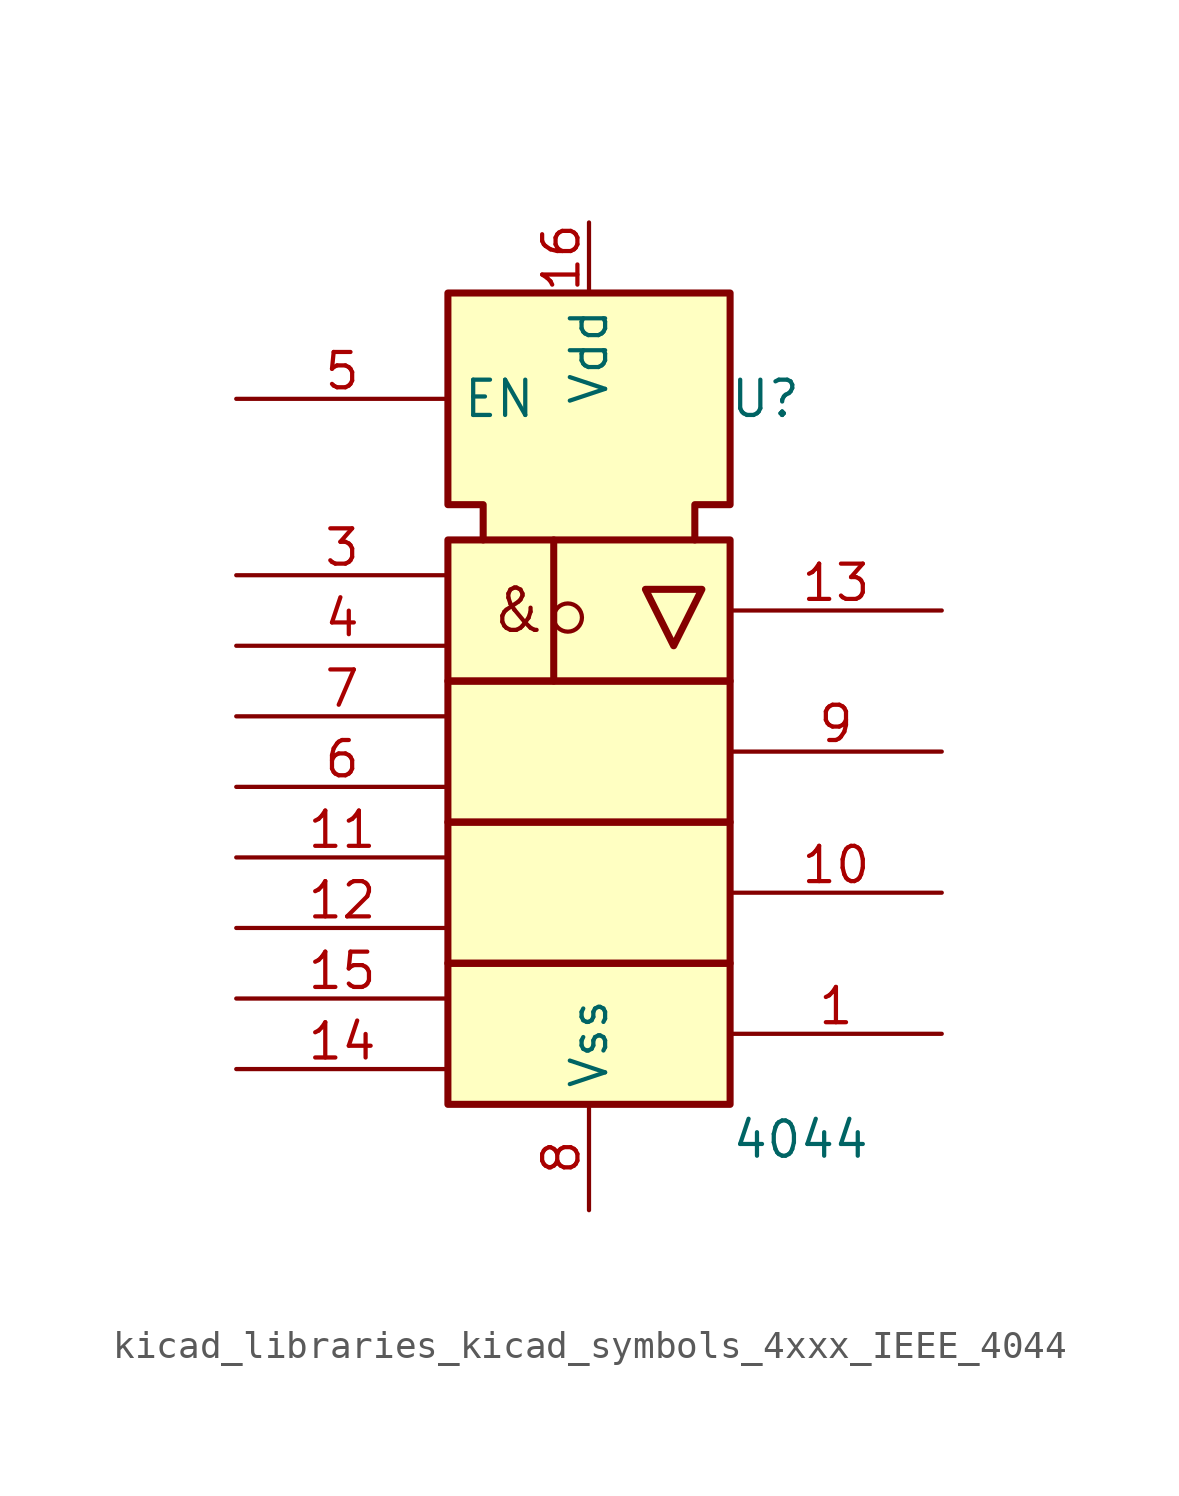
<source format=kicad_sym>
(kicad_symbol_lib
  (version 20220914)
  (generator kicad_symbol_editor)
  (symbol "kicad_libraries_kicad_symbols_4xxx_IEEE_4044"
    (property "Reference" "U"
      (at 6.35 6.35 0)
      (effects (font (size 1.27 1.27))))
    (property "Value" "4044"
      (at 7.62 -20.32 0)
      (effects (font (size 1.27 1.27))))
    (symbol "kicad_libraries_kicad_symbols_4xxx_IEEE_4044_0_0"
      (rectangle (start -5.08 -13.97) (end 5.08 -19.05) (stroke (width 0.254) (type default)) (fill (type background)))
      (rectangle (start -5.08 -8.89) (end 5.08 -13.97) (stroke (width 0.254) (type default)) (fill (type background)))
      (rectangle (start -5.08 -3.81) (end 5.08 -8.89) (stroke (width 0.254) (type default)) (fill (type background)))
      (rectangle (start -5.08 1.27) (end 5.08 -3.81) (stroke (width 0.254) (type default)) (fill (type background)))
      (circle (center -0.762 -1.524) (radius 0.508) (stroke (width 0) (type default)) (fill (type none)))
      (polyline (pts (xy -1.27 1.27) (xy -1.27 -3.81) (xy -1.27 -3.81)) (stroke (width 0.254) (type default)) (fill (type background)))
      (polyline (pts (xy 2.032 -0.508) (xy 3.048 -2.54) (xy 4.064 -0.508) (xy 2.032 -0.508) (xy 2.032 -0.508)) (stroke (width 0.254) (type default)) (fill (type background)))
      (polyline (pts (xy -3.81 1.27) (xy -3.81 2.54) (xy -5.08 2.54) (xy -5.08 10.16) (xy 5.08 10.16) (xy 5.08 2.54) (xy 3.81 2.54) (xy 3.81 1.27) (xy 3.81 1.27)) (stroke (width 0.254) (type default)) (fill (type background)))
      (text "&" (at -2.54 -1.27 0) (effects (font (size 1.524 1.524)))))
    (symbol "kicad_libraries_kicad_symbols_4xxx_IEEE_4044_1_0"
      (pin output line (at 12.7 -16.51 180) (length 7.62) (name "~" (effects (font (size 1.27 1.27)))) (number "1" (effects (font (size 1.27 1.27)))))
      (pin output line (at 12.7 -11.43 180) (length 7.62) (name "~" (effects (font (size 1.27 1.27)))) (number "10" (effects (font (size 1.27 1.27)))))
      (pin input line (at -12.7 -10.16 0) (length 7.62) (name "~" (effects (font (size 1.27 1.27)))) (number "11" (effects (font (size 1.27 1.27)))))
      (pin input line (at -12.7 -12.7 0) (length 7.62) (name "~" (effects (font (size 1.27 1.27)))) (number "12" (effects (font (size 1.27 1.27)))))
      (pin output line (at 12.7 -1.27 180) (length 7.62) (name "~" (effects (font (size 1.27 1.27)))) (number "13" (effects (font (size 1.27 1.27)))))
      (pin input line (at -12.7 -17.78 0) (length 7.62) (name "~" (effects (font (size 1.27 1.27)))) (number "14" (effects (font (size 1.27 1.27)))))
      (pin input line (at -12.7 -15.24 0) (length 7.62) (name "~" (effects (font (size 1.27 1.27)))) (number "15" (effects (font (size 1.27 1.27)))))
      (pin power_in line (at 0 12.7 270) (length 2.54) (name "Vdd" (effects (font (size 1.27 1.27)))) (number "16" (effects (font (size 1.27 1.27)))))
      (pin input line (at -12.7 0 0) (length 7.62) (name "~" (effects (font (size 1.27 1.27)))) (number "3" (effects (font (size 1.27 1.27)))))
      (pin input line (at -12.7 -2.54 0) (length 7.62) (name "~" (effects (font (size 1.27 1.27)))) (number "4" (effects (font (size 1.27 1.27)))))
      (pin input line (at -12.7 6.35 0) (length 7.62) (name "EN" (effects (font (size 1.27 1.27)))) (number "5" (effects (font (size 1.27 1.27)))))
      (pin input line (at -12.7 -7.62 0) (length 7.62) (name "~" (effects (font (size 1.27 1.27)))) (number "6" (effects (font (size 1.27 1.27)))))
      (pin input line (at -12.7 -5.08 0) (length 7.62) (name "~" (effects (font (size 1.27 1.27)))) (number "7" (effects (font (size 1.27 1.27)))))
      (pin power_in line (at 0 -22.86 90) (length 3.81) (name "Vss" (effects (font (size 1.27 1.27)))) (number "8" (effects (font (size 1.27 1.27)))))
      (pin output line (at 12.7 -6.35 180) (length 7.62) (name "~" (effects (font (size 1.27 1.27)))) (number "9" (effects (font (size 1.27 1.27))))))))
</source>
